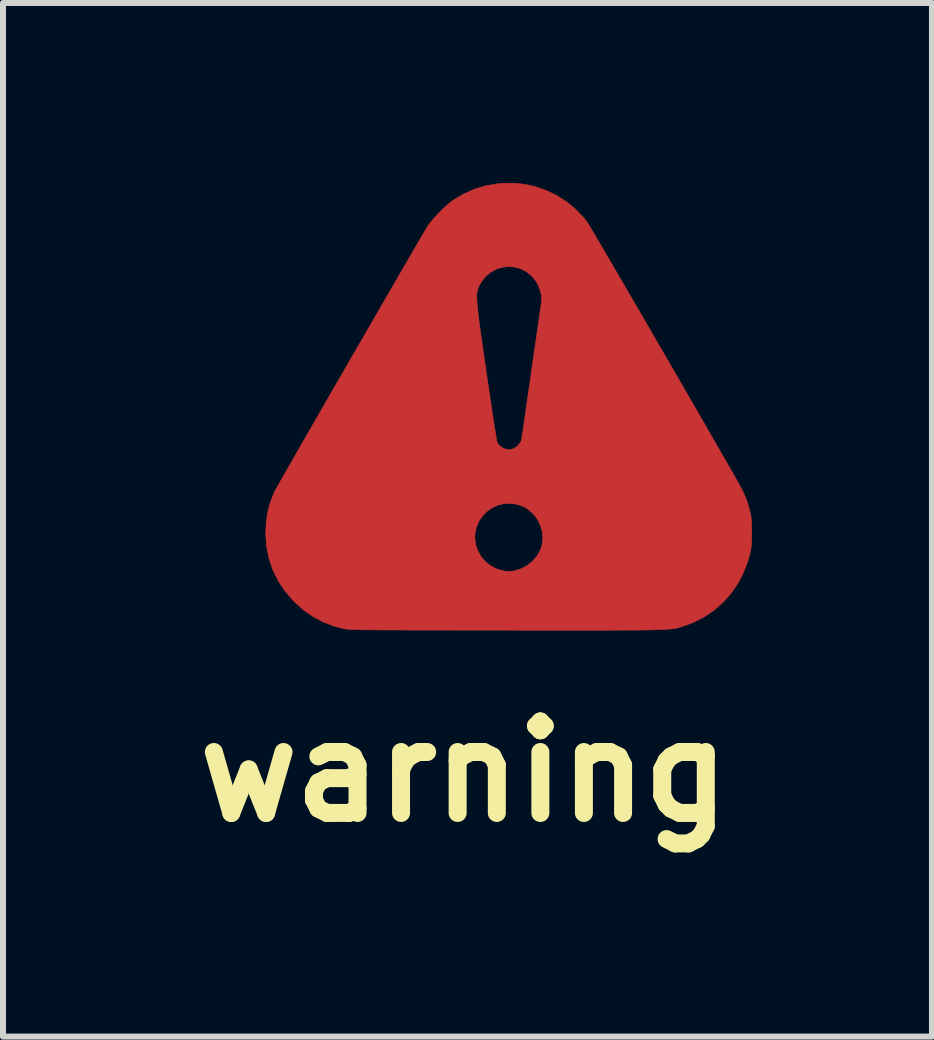
<source format=kicad_pcb>
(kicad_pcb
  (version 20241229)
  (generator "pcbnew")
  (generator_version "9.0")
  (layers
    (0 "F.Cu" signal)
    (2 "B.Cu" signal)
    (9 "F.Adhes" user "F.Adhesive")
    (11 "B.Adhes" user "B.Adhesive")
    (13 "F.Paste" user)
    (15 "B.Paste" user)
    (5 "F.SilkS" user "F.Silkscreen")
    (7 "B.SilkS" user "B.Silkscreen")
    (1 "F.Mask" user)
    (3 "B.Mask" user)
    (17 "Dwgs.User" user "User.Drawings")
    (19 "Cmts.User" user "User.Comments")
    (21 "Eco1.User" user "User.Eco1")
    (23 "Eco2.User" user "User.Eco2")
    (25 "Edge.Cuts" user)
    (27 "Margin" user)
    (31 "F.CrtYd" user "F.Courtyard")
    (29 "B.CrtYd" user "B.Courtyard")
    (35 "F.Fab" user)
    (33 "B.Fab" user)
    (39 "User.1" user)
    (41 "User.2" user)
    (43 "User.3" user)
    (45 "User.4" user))
  (footprint "warning"
    (layer "F.Cu")
    (at 4.688 9.813)
    (property "Reference" "warning" (at 0 0 0) (layer "F.SilkS") (effects (font (size 1.524 1.524) (thickness 0.3))))
    (attr through_hole)
    (fp_poly (pts (xy 0.972 -9.795) (xy 1.12 -9.768) (xy 1.178 -9.753) (xy 1.363 -9.69) (xy 1.54 -9.605) (xy 1.705 -9.5) (xy 1.856 -9.376) (xy 1.99 -9.235) (xy 2.047 -9.163) (xy 2.059 -9.145) (xy 2.083 -9.105) (xy 2.118 -9.046) (xy 2.164 -8.969) (xy 2.219 -8.876) (xy 2.283 -8.766) (xy 2.355 -8.643) (xy 2.435 -8.507) (xy 2.521 -8.359) (xy 2.614 -8.2) (xy 2.711 -8.033) (xy 2.813 -7.858) (xy 2.918 -7.677) (xy 3.026 -7.491) (xy 3.137 -7.3) (xy 3.248 -7.108) (xy 3.361 -6.914) (xy 3.473 -6.72) (xy 3.584 -6.528) (xy 3.694 -6.338) (xy 3.801 -6.153) (xy 3.905 -5.973) (xy 4.005 -5.799) (xy 4.1 -5.633) (xy 4.19 -5.477) (xy 4.274 -5.331) (xy 4.351 -5.197) (xy 4.42 -5.076) (xy 4.481 -4.97) (xy 4.533 -4.879) (xy 4.574 -4.805) (xy 4.605 -4.75) (xy 4.625 -4.714) (xy 4.629 -4.706) (xy 4.671 -4.617) (xy 4.705 -4.534) (xy 4.733 -4.445) (xy 4.759 -4.35) (xy 4.772 -4.299) (xy 4.781 -4.253) (xy 4.787 -4.209) (xy 4.79 -4.158) (xy 4.792 -4.097) (xy 4.793 -4.017) (xy 4.793 -3.988) (xy 4.792 -3.891) (xy 4.79 -3.812) (xy 4.784 -3.745) (xy 4.775 -3.683) (xy 4.76 -3.62) (xy 4.74 -3.548) (xy 4.721 -3.486) (xy 4.648 -3.3) (xy 4.555 -3.125) (xy 4.442 -2.964) (xy 4.312 -2.819) (xy 4.165 -2.69) (xy 4.003 -2.58) (xy 3.829 -2.491) (xy 3.679 -2.434) (xy 3.652 -2.425) (xy 3.627 -2.417) (xy 3.604 -2.409) (xy 3.581 -2.403) (xy 3.557 -2.396) (xy 3.532 -2.391) (xy 3.504 -2.386) (xy 3.471 -2.381) (xy 3.434 -2.377) (xy 3.391 -2.373) (xy 3.34 -2.37) (xy 3.281 -2.367) (xy 3.213 -2.365) (xy 3.134 -2.363) (xy 3.044 -2.361) (xy 2.941 -2.36) (xy 2.824 -2.359) (xy 2.693 -2.358) (xy 2.545 -2.358) (xy 2.381 -2.357) (xy 2.199 -2.357) (xy 1.997 -2.357) (xy 1.776 -2.357) (xy 1.533 -2.357) (xy 1.268 -2.357) (xy 0.979 -2.357) (xy 0.731 -2.358) (xy 0.419 -2.358) (xy 0.131 -2.358) (xy -0.133 -2.358) (xy -0.375 -2.359) (xy -0.595 -2.359) (xy -0.794 -2.359) (xy -0.974 -2.36) (xy -1.136 -2.361) (xy -1.279 -2.361) (xy -1.406 -2.362) (xy -1.518 -2.363) (xy -1.614 -2.364) (xy -1.697 -2.365) (xy -1.767 -2.366) (xy -1.825 -2.368) (xy -1.873 -2.369) (xy -1.91 -2.371) (xy -1.938 -2.373) (xy -1.959 -2.375) (xy -1.969 -2.376) (xy -2.167 -2.424) (xy -2.353 -2.496) (xy -2.529 -2.59) (xy -2.692 -2.706) (xy -2.844 -2.845) (xy -2.85 -2.851) (xy -2.985 -3.009) (xy -3.097 -3.177) (xy -3.185 -3.354) (xy -3.25 -3.541) (xy -3.291 -3.735) (xy -3.305 -3.906) (xy 0.177 -3.906) (xy 0.189 -3.793) (xy 0.224 -3.686) (xy 0.279 -3.588) (xy 0.351 -3.502) (xy 0.439 -3.432) (xy 0.54 -3.379) (xy 0.625 -3.353) (xy 0.686 -3.341) (xy 0.734 -3.336) (xy 0.778 -3.338) (xy 0.829 -3.345) (xy 0.839 -3.347) (xy 0.949 -3.38) (xy 1.051 -3.435) (xy 1.14 -3.507) (xy 1.215 -3.595) (xy 1.27 -3.694) (xy 1.295 -3.765) (xy 1.311 -3.876) (xy 1.305 -3.986) (xy 1.276 -4.094) (xy 1.228 -4.195) (xy 1.162 -4.286) (xy 1.08 -4.362) (xy 0.995 -4.415) (xy 0.887 -4.455) (xy 0.778 -4.472) (xy 0.67 -4.468) (xy 0.566 -4.443) (xy 0.469 -4.4) (xy 0.382 -4.34) (xy 0.307 -4.264) (xy 0.246 -4.176) (xy 0.203 -4.075) (xy 0.18 -3.964) (xy 0.177 -3.906) (xy -3.305 -3.906) (xy -3.308 -3.938) (xy -3.308 -3.982) (xy -3.3 -4.157) (xy -3.276 -4.321) (xy -3.233 -4.482) (xy -3.17 -4.648) (xy -3.166 -4.657) (xy -3.157 -4.674) (xy -3.136 -4.712) (xy -3.103 -4.769) (xy -3.061 -4.844) (xy -3.008 -4.936) (xy -2.947 -5.044) (xy -2.877 -5.165) (xy -2.8 -5.3) (xy -2.716 -5.446) (xy -2.626 -5.603) (xy -2.531 -5.769) (xy -2.431 -5.942) (xy -2.328 -6.122) (xy -2.221 -6.307) (xy -2.112 -6.496) (xy -2.002 -6.687) (xy -1.891 -6.88) (xy -1.779 -7.073) (xy -1.669 -7.264) (xy -1.56 -7.453) (xy -1.453 -7.638) (xy -1.349 -7.817) (xy -1.298 -7.907) (xy 0.209 -7.907) (xy 0.211 -7.857) (xy 0.215 -7.797) (xy 0.222 -7.726) (xy 0.231 -7.641) (xy 0.243 -7.543) (xy 0.259 -7.427) (xy 0.277 -7.294) (xy 0.299 -7.142) (xy 0.323 -6.969) (xy 0.352 -6.773) (xy 0.371 -6.637) (xy 0.396 -6.471) (xy 0.419 -6.311) (xy 0.442 -6.16) (xy 0.463 -6.019) (xy 0.483 -5.89) (xy 0.5 -5.776) (xy 0.516 -5.678) (xy 0.529 -5.597) (xy 0.54 -5.536) (xy 0.547 -5.497) (xy 0.551 -5.481) (xy 0.588 -5.432) (xy 0.642 -5.395) (xy 0.66 -5.386) (xy 0.715 -5.369) (xy 0.77 -5.37) (xy 0.814 -5.379) (xy 0.858 -5.401) (xy 0.902 -5.439) (xy 0.937 -5.485) (xy 0.957 -5.53) (xy 0.957 -5.534) (xy 0.96 -5.552) (xy 0.966 -5.593) (xy 0.975 -5.655) (xy 0.987 -5.736) (xy 1.001 -5.832) (xy 1.017 -5.943) (xy 1.035 -6.066) (xy 1.054 -6.199) (xy 1.074 -6.339) (xy 1.095 -6.484) (xy 1.117 -6.633) (xy 1.138 -6.782) (xy 1.159 -6.93) (xy 1.18 -7.074) (xy 1.2 -7.213) (xy 1.219 -7.344) (xy 1.236 -7.465) (xy 1.252 -7.573) (xy 1.265 -7.667) (xy 1.276 -7.744) (xy 1.284 -7.802) (xy 1.289 -7.839) (xy 1.291 -7.85) (xy 1.29 -7.929) (xy 1.271 -8.015) (xy 1.237 -8.104) (xy 1.189 -8.187) (xy 1.132 -8.258) (xy 1.128 -8.261) (xy 1.04 -8.333) (xy 0.943 -8.384) (xy 0.84 -8.412) (xy 0.735 -8.42) (xy 0.631 -8.407) (xy 0.531 -8.375) (xy 0.438 -8.323) (xy 0.355 -8.253) (xy 0.286 -8.164) (xy 0.256 -8.112) (xy 0.244 -8.087) (xy 0.234 -8.063) (xy 0.225 -8.039) (xy 0.218 -8.013) (xy 0.213 -7.983) (xy 0.21 -7.948) (xy 0.209 -7.907) (xy -1.298 -7.907) (xy -1.249 -7.991) (xy -1.153 -8.156) (xy -1.063 -8.312) (xy -0.978 -8.458) (xy -0.9 -8.592) (xy -0.83 -8.714) (xy -0.767 -8.821) (xy -0.714 -8.912) (xy -0.67 -8.987) (xy -0.637 -9.043) (xy -0.615 -9.08) (xy -0.606 -9.094) (xy -0.558 -9.16) (xy -0.494 -9.236) (xy -0.421 -9.315) (xy -0.343 -9.392) (xy -0.267 -9.46) (xy -0.197 -9.515) (xy -0.179 -9.528) (xy -0.003 -9.632) (xy 0.177 -9.711) (xy 0.363 -9.766) (xy 0.559 -9.799) (xy 0.666 -9.807) (xy 0.824 -9.808) (xy 0.972 -9.795)) (stroke (width 0.01) (type solid)) (fill yes) (layer "F.Cu"))
    (fp_poly (pts (xy 0.972 -9.795) (xy 1.12 -9.768) (xy 1.178 -9.753) (xy 1.363 -9.69) (xy 1.54 -9.605) (xy 1.705 -9.5) (xy 1.856 -9.376) (xy 1.99 -9.235) (xy 2.047 -9.163) (xy 2.059 -9.145) (xy 2.083 -9.105) (xy 2.118 -9.046) (xy 2.164 -8.969) (xy 2.219 -8.876) (xy 2.283 -8.766) (xy 2.355 -8.643) (xy 2.435 -8.507) (xy 2.521 -8.359) (xy 2.614 -8.2) (xy 2.711 -8.033) (xy 2.813 -7.858) (xy 2.918 -7.677) (xy 3.026 -7.491) (xy 3.137 -7.3) (xy 3.248 -7.108) (xy 3.361 -6.914) (xy 3.473 -6.72) (xy 3.584 -6.528) (xy 3.694 -6.338) (xy 3.801 -6.153) (xy 3.905 -5.973) (xy 4.005 -5.799) (xy 4.1 -5.633) (xy 4.19 -5.477) (xy 4.274 -5.331) (xy 4.351 -5.197) (xy 4.42 -5.076) (xy 4.481 -4.97) (xy 4.533 -4.879) (xy 4.574 -4.805) (xy 4.605 -4.75) (xy 4.625 -4.714) (xy 4.629 -4.706) (xy 4.671 -4.617) (xy 4.705 -4.534) (xy 4.733 -4.445) (xy 4.759 -4.35) (xy 4.772 -4.299) (xy 4.781 -4.253) (xy 4.787 -4.209) (xy 4.79 -4.158) (xy 4.792 -4.097) (xy 4.793 -4.017) (xy 4.793 -3.988) (xy 4.792 -3.891) (xy 4.79 -3.812) (xy 4.784 -3.745) (xy 4.775 -3.683) (xy 4.76 -3.62) (xy 4.74 -3.548) (xy 4.721 -3.486) (xy 4.648 -3.3) (xy 4.555 -3.125) (xy 4.442 -2.964) (xy 4.312 -2.819) (xy 4.165 -2.69) (xy 4.003 -2.58) (xy 3.829 -2.491) (xy 3.679 -2.434) (xy 3.652 -2.425) (xy 3.627 -2.417) (xy 3.604 -2.409) (xy 3.581 -2.403) (xy 3.557 -2.396) (xy 3.532 -2.391) (xy 3.504 -2.386) (xy 3.471 -2.381) (xy 3.434 -2.377) (xy 3.391 -2.373) (xy 3.34 -2.37) (xy 3.281 -2.367) (xy 3.213 -2.365) (xy 3.134 -2.363) (xy 3.044 -2.361) (xy 2.941 -2.36) (xy 2.824 -2.359) (xy 2.693 -2.358) (xy 2.545 -2.358) (xy 2.381 -2.357) (xy 2.199 -2.357) (xy 1.997 -2.357) (xy 1.776 -2.357) (xy 1.533 -2.357) (xy 1.268 -2.357) (xy 0.979 -2.357) (xy 0.731 -2.358) (xy 0.419 -2.358) (xy 0.131 -2.358) (xy -0.133 -2.358) (xy -0.375 -2.359) (xy -0.595 -2.359) (xy -0.794 -2.359) (xy -0.974 -2.36) (xy -1.136 -2.361) (xy -1.279 -2.361) (xy -1.406 -2.362) (xy -1.518 -2.363) (xy -1.614 -2.364) (xy -1.697 -2.365) (xy -1.767 -2.366) (xy -1.825 -2.368) (xy -1.873 -2.369) (xy -1.91 -2.371) (xy -1.938 -2.373) (xy -1.959 -2.375) (xy -1.969 -2.376) (xy -2.167 -2.424) (xy -2.353 -2.496) (xy -2.529 -2.59) (xy -2.692 -2.706) (xy -2.844 -2.845) (xy -2.85 -2.851) (xy -2.985 -3.009) (xy -3.097 -3.177) (xy -3.185 -3.354) (xy -3.25 -3.541) (xy -3.291 -3.735) (xy -3.305 -3.906) (xy 0.177 -3.906) (xy 0.189 -3.793) (xy 0.224 -3.686) (xy 0.279 -3.588) (xy 0.351 -3.502) (xy 0.439 -3.432) (xy 0.54 -3.379) (xy 0.625 -3.353) (xy 0.686 -3.341) (xy 0.734 -3.336) (xy 0.778 -3.338) (xy 0.829 -3.345) (xy 0.839 -3.347) (xy 0.949 -3.38) (xy 1.051 -3.435) (xy 1.14 -3.507) (xy 1.215 -3.595) (xy 1.27 -3.694) (xy 1.295 -3.765) (xy 1.311 -3.876) (xy 1.305 -3.986) (xy 1.276 -4.094) (xy 1.228 -4.195) (xy 1.162 -4.286) (xy 1.08 -4.362) (xy 0.995 -4.415) (xy 0.887 -4.455) (xy 0.778 -4.472) (xy 0.67 -4.468) (xy 0.566 -4.443) (xy 0.469 -4.4) (xy 0.382 -4.34) (xy 0.307 -4.264) (xy 0.246 -4.176) (xy 0.203 -4.075) (xy 0.18 -3.964) (xy 0.177 -3.906) (xy -3.305 -3.906) (xy -3.308 -3.938) (xy -3.308 -3.982) (xy -3.3 -4.157) (xy -3.276 -4.321) (xy -3.233 -4.482) (xy -3.17 -4.648) (xy -3.166 -4.657) (xy -3.157 -4.674) (xy -3.136 -4.712) (xy -3.103 -4.769) (xy -3.061 -4.844) (xy -3.008 -4.936) (xy -2.947 -5.044) (xy -2.877 -5.165) (xy -2.8 -5.3) (xy -2.716 -5.446) (xy -2.626 -5.603) (xy -2.531 -5.769) (xy -2.431 -5.942) (xy -2.328 -6.122) (xy -2.221 -6.307) (xy -2.112 -6.496) (xy -2.002 -6.687) (xy -1.891 -6.88) (xy -1.779 -7.073) (xy -1.669 -7.264) (xy -1.56 -7.453) (xy -1.453 -7.638) (xy -1.349 -7.817) (xy -1.298 -7.907) (xy 0.209 -7.907) (xy 0.211 -7.857) (xy 0.215 -7.797) (xy 0.222 -7.726) (xy 0.231 -7.641) (xy 0.243 -7.543) (xy 0.259 -7.427) (xy 0.277 -7.294) (xy 0.299 -7.142) (xy 0.323 -6.969) (xy 0.352 -6.773) (xy 0.371 -6.637) (xy 0.396 -6.471) (xy 0.419 -6.311) (xy 0.442 -6.16) (xy 0.463 -6.019) (xy 0.483 -5.89) (xy 0.5 -5.776) (xy 0.516 -5.678) (xy 0.529 -5.597) (xy 0.54 -5.536) (xy 0.547 -5.497) (xy 0.551 -5.481) (xy 0.588 -5.432) (xy 0.642 -5.395) (xy 0.66 -5.386) (xy 0.715 -5.369) (xy 0.77 -5.37) (xy 0.814 -5.379) (xy 0.858 -5.401) (xy 0.902 -5.439) (xy 0.937 -5.485) (xy 0.957 -5.53) (xy 0.957 -5.534) (xy 0.96 -5.552) (xy 0.966 -5.593) (xy 0.975 -5.655) (xy 0.987 -5.736) (xy 1.001 -5.832) (xy 1.017 -5.943) (xy 1.035 -6.066) (xy 1.054 -6.199) (xy 1.074 -6.339) (xy 1.095 -6.484) (xy 1.117 -6.633) (xy 1.138 -6.782) (xy 1.159 -6.93) (xy 1.18 -7.074) (xy 1.2 -7.213) (xy 1.219 -7.344) (xy 1.236 -7.465) (xy 1.252 -7.573) (xy 1.265 -7.667) (xy 1.276 -7.744) (xy 1.284 -7.802) (xy 1.289 -7.839) (xy 1.291 -7.85) (xy 1.29 -7.929) (xy 1.271 -8.015) (xy 1.237 -8.104) (xy 1.189 -8.187) (xy 1.132 -8.258) (xy 1.128 -8.261) (xy 1.04 -8.333) (xy 0.943 -8.384) (xy 0.84 -8.412) (xy 0.735 -8.42) (xy 0.631 -8.407) (xy 0.531 -8.375) (xy 0.438 -8.323) (xy 0.355 -8.253) (xy 0.286 -8.164) (xy 0.256 -8.112) (xy 0.244 -8.087) (xy 0.234 -8.063) (xy 0.225 -8.039) (xy 0.218 -8.013) (xy 0.213 -7.983) (xy 0.21 -7.948) (xy 0.209 -7.907) (xy -1.298 -7.907) (xy -1.249 -7.991) (xy -1.153 -8.156) (xy -1.063 -8.312) (xy -0.978 -8.458) (xy -0.9 -8.592) (xy -0.83 -8.714) (xy -0.767 -8.821) (xy -0.714 -8.912) (xy -0.67 -8.987) (xy -0.637 -9.043) (xy -0.615 -9.08) (xy -0.606 -9.094) (xy -0.558 -9.16) (xy -0.494 -9.236) (xy -0.421 -9.315) (xy -0.343 -9.392) (xy -0.267 -9.46) (xy -0.197 -9.515) (xy -0.179 -9.528) (xy -0.003 -9.632) (xy 0.177 -9.711) (xy 0.363 -9.766) (xy 0.559 -9.799) (xy 0.666 -9.807) (xy 0.824 -9.808) (xy 0.972 -9.795)) (stroke (width 0.01) (type solid)) (fill yes) (layer "F.Mask")))
  (gr_rect
    (start -3 -3)
    (end 12.486 14.231)
    (stroke (width 0.1) (type default))
    (fill no)
    (layer "Edge.Cuts")))
</source>
